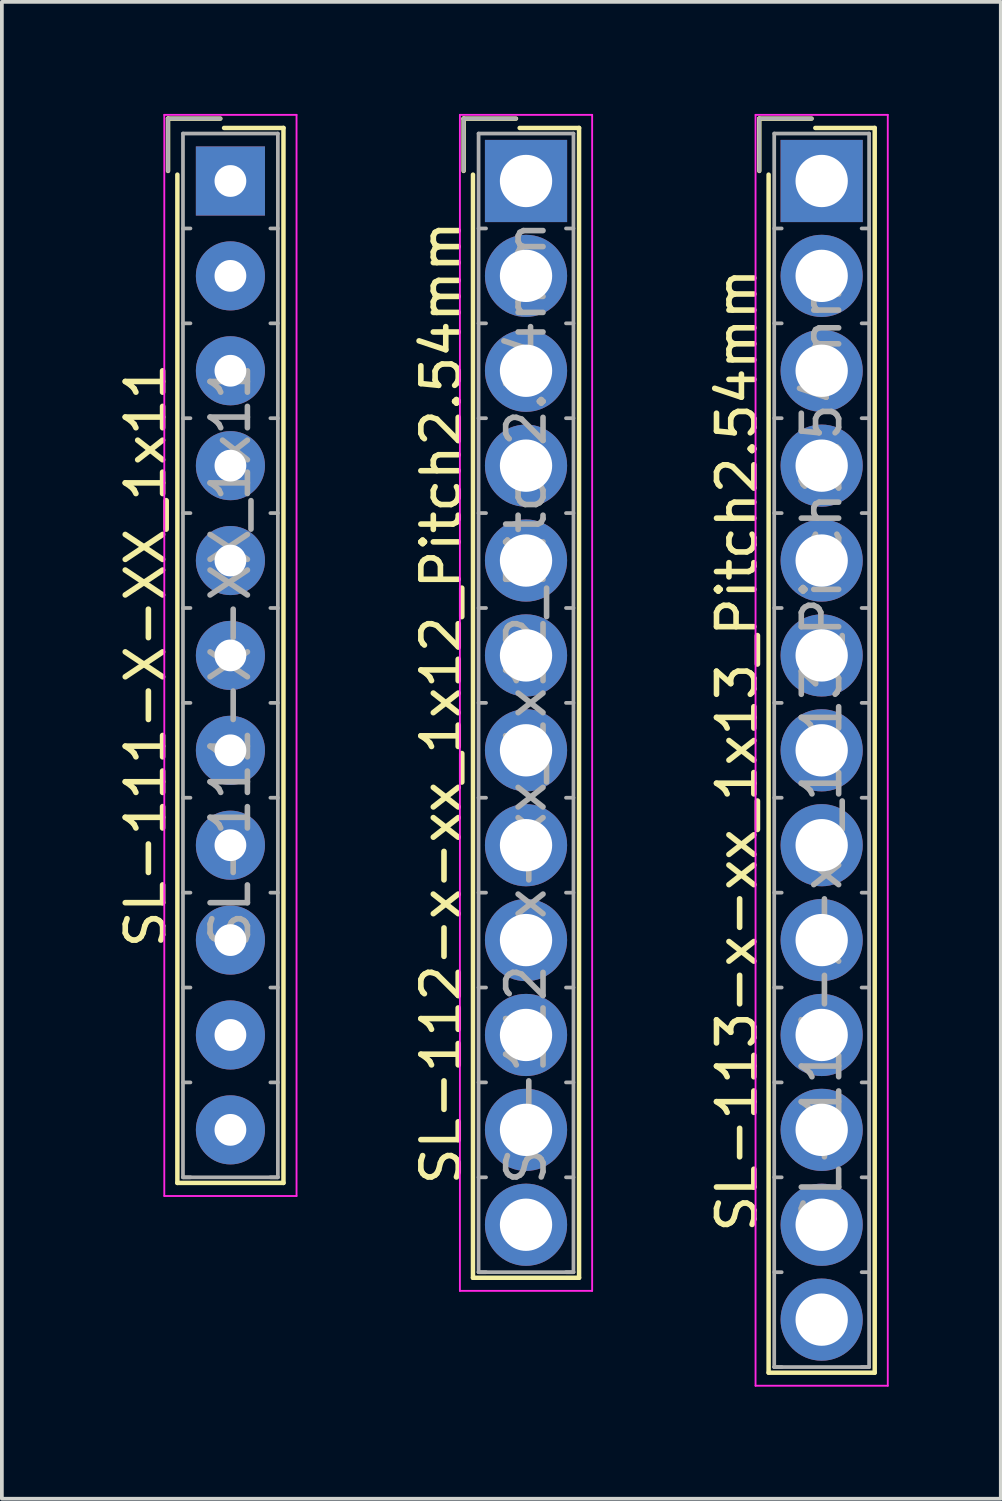
<source format=kicad_pcb>
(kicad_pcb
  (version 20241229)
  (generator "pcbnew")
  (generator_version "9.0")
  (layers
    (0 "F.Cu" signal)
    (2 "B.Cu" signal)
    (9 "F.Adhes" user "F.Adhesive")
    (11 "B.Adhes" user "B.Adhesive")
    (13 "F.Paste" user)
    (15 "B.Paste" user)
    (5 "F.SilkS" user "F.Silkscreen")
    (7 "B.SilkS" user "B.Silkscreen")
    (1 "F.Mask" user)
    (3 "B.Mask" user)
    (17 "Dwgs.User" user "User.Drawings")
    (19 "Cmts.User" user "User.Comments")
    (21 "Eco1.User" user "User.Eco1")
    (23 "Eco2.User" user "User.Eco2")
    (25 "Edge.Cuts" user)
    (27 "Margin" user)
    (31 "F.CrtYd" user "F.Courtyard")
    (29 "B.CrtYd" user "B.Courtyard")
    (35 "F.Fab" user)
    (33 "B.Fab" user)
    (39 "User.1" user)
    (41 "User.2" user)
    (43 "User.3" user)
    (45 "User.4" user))
  (footprint "SL-113-x-xx_1x13_Pitch2.54mm"
    (layer "F.Cu")
    (at 18.945 1.795)
    (property "Reference" "SL-113-x-xx_1x13_Pitch2.54mm" (at -2.27 15.24 90) (layer "F.SilkS") (effects (font (size 1 1) (thickness 0.15))))
    (attr through_hole)
    (fp_line (start -1.67 -1.67) (end -1.67 -0.27) (stroke (width 0.12) (type solid)) (layer "F.SilkS"))
    (fp_line (start -1.42 31.9) (end -1.42 -0.17) (stroke (width 0.12) (type solid)) (layer "F.SilkS"))
    (fp_line (start -0.27 -1.67) (end -1.67 -1.67) (stroke (width 0.12) (type solid)) (layer "F.SilkS"))
    (fp_line (start -0.17 -1.42) (end 1.42 -1.42) (stroke (width 0.12) (type solid)) (layer "F.SilkS"))
    (fp_line (start 1.42 -1.42) (end 1.42 31.9) (stroke (width 0.12) (type solid)) (layer "F.SilkS"))
    (fp_line (start 1.42 31.9) (end -1.42 31.9) (stroke (width 0.12) (type solid)) (layer "F.SilkS"))
    (fp_line (start -1.77 -1.77) (end -1.77 32.25) (stroke (width 0.05) (type solid)) (layer "F.CrtYd"))
    (fp_line (start -1.77 32.25) (end 1.77 32.25) (stroke (width 0.05) (type solid)) (layer "F.CrtYd"))
    (fp_line (start 1.77 -1.77) (end -1.77 -1.77) (stroke (width 0.05) (type solid)) (layer "F.CrtYd"))
    (fp_line (start 1.77 32.25) (end 1.77 -1.77) (stroke (width 0.05) (type solid)) (layer "F.CrtYd"))
    (fp_line (start -1.67 -1.67) (end -1.67 -0.27) (stroke (width 0.1) (type solid)) (layer "F.Fab"))
    (fp_line (start -1.27 -1.27) (end -1.27 31.75) (stroke (width 0.1) (type solid)) (layer "F.Fab"))
    (fp_line (start -1.27 1.27) (end -1.07 1.27) (stroke (width 0.1) (type solid)) (layer "F.Fab"))
    (fp_line (start -1.27 3.81) (end -1.07 3.81) (stroke (width 0.1) (type solid)) (layer "F.Fab"))
    (fp_line (start -1.27 6.35) (end -1.07 6.35) (stroke (width 0.1) (type solid)) (layer "F.Fab"))
    (fp_line (start -1.27 8.89) (end -1.07 8.89) (stroke (width 0.1) (type solid)) (layer "F.Fab"))
    (fp_line (start -1.27 11.43) (end -1.07 11.43) (stroke (width 0.1) (type solid)) (layer "F.Fab"))
    (fp_line (start -1.27 13.97) (end -1.07 13.97) (stroke (width 0.1) (type solid)) (layer "F.Fab"))
    (fp_line (start -1.27 16.51) (end -1.07 16.51) (stroke (width 0.1) (type solid)) (layer "F.Fab"))
    (fp_line (start -1.27 19.05) (end -1.07 19.05) (stroke (width 0.1) (type solid)) (layer "F.Fab"))
    (fp_line (start -1.27 21.59) (end -1.07 21.59) (stroke (width 0.1) (type solid)) (layer "F.Fab"))
    (fp_line (start -1.27 24.13) (end -1.07 24.13) (stroke (width 0.1) (type solid)) (layer "F.Fab"))
    (fp_line (start -1.27 26.67) (end -1.07 26.67) (stroke (width 0.1) (type solid)) (layer "F.Fab"))
    (fp_line (start -1.27 29.21) (end -1.07 29.21) (stroke (width 0.1) (type solid)) (layer "F.Fab"))
    (fp_line (start -1.27 31.75) (end -1.07 31.75) (stroke (width 0.1) (type solid)) (layer "F.Fab"))
    (fp_line (start -1.27 31.75) (end 1.27 31.75) (stroke (width 0.1) (type solid)) (layer "F.Fab"))
    (fp_line (start -0.27 -1.67) (end -1.67 -1.67) (stroke (width 0.1) (type solid)) (layer "F.Fab"))
    (fp_line (start 1.27 -1.27) (end -1.27 -1.27) (stroke (width 0.1) (type solid)) (layer "F.Fab"))
    (fp_line (start 1.27 1.27) (end 1.07 1.27) (stroke (width 0.1) (type solid)) (layer "F.Fab"))
    (fp_line (start 1.27 3.81) (end 1.07 3.81) (stroke (width 0.1) (type solid)) (layer "F.Fab"))
    (fp_line (start 1.27 6.35) (end 1.07 6.35) (stroke (width 0.1) (type solid)) (layer "F.Fab"))
    (fp_line (start 1.27 8.89) (end 1.07 8.89) (stroke (width 0.1) (type solid)) (layer "F.Fab"))
    (fp_line (start 1.27 11.43) (end 1.07 11.43) (stroke (width 0.1) (type solid)) (layer "F.Fab"))
    (fp_line (start 1.27 13.97) (end 1.07 13.97) (stroke (width 0.1) (type solid)) (layer "F.Fab"))
    (fp_line (start 1.27 16.51) (end 1.07 16.51) (stroke (width 0.1) (type solid)) (layer "F.Fab"))
    (fp_line (start 1.27 19.05) (end 1.07 19.05) (stroke (width 0.1) (type solid)) (layer "F.Fab"))
    (fp_line (start 1.27 21.59) (end 1.07 21.59) (stroke (width 0.1) (type solid)) (layer "F.Fab"))
    (fp_line (start 1.27 24.13) (end 1.07 24.13) (stroke (width 0.1) (type solid)) (layer "F.Fab"))
    (fp_line (start 1.27 26.67) (end 1.07 26.67) (stroke (width 0.1) (type solid)) (layer "F.Fab"))
    (fp_line (start 1.27 29.21) (end 1.07 29.21) (stroke (width 0.1) (type solid)) (layer "F.Fab"))
    (fp_line (start 1.27 31.75) (end 1.07 31.75) (stroke (width 0.1) (type solid)) (layer "F.Fab"))
    (fp_line (start 1.27 31.75) (end 1.27 -1.27) (stroke (width 0.1) (type solid)) (layer "F.Fab"))
    (fp_text user "${REFERENCE}" (at 0 15.24 90) (layer "F.Fab") (effects (font (size 1 1) (thickness 0.15))))
    (pad "1" thru_hole rect (at 0 0) (size 2.2 2.2) (drill 1.4) (layers "*.Cu" "*.Mask"))
    (pad "2" thru_hole circle (at 0 2.54) (size 2.2 2.2) (drill 1.4) (layers "*.Cu" "*.Mask"))
    (pad "3" thru_hole circle (at 0 5.08) (size 2.2 2.2) (drill 1.4) (layers "*.Cu" "*.Mask"))
    (pad "4" thru_hole circle (at 0 7.62) (size 2.2 2.2) (drill 1.4) (layers "*.Cu" "*.Mask"))
    (pad "5" thru_hole circle (at 0 10.16) (size 2.2 2.2) (drill 1.4) (layers "*.Cu" "*.Mask"))
    (pad "6" thru_hole circle (at 0 12.7) (size 2.2 2.2) (drill 1.4) (layers "*.Cu" "*.Mask"))
    (pad "7" thru_hole circle (at 0 15.24) (size 2.2 2.2) (drill 1.4) (layers "*.Cu" "*.Mask"))
    (pad "8" thru_hole circle (at 0 17.78) (size 2.2 2.2) (drill 1.4) (layers "*.Cu" "*.Mask"))
    (pad "9" thru_hole circle (at 0 20.32) (size 2.2 2.2) (drill 1.4) (layers "*.Cu" "*.Mask"))
    (pad "10" thru_hole circle (at 0 22.86) (size 2.2 2.2) (drill 1.4) (layers "*.Cu" "*.Mask"))
    (pad "11" thru_hole circle (at 0 25.4) (size 2.2 2.2) (drill 1.4) (layers "*.Cu" "*.Mask"))
    (pad "12" thru_hole circle (at 0 27.94) (size 2.2 2.2) (drill 1.4) (layers "*.Cu" "*.Mask"))
    (pad "13" thru_hole circle (at 0 30.48) (size 2.2 2.2) (drill 1.4) (layers "*.Cu" "*.Mask")))
  (footprint "SL-111-X-XX_1x11"
    (layer "F.Cu")
    (at 3.118 1.795)
    (property "Reference" "SL-111-X-XX_1x11" (at -2.27 12.7 90) (layer "F.SilkS") (effects (font (size 1 1) (thickness 0.15))))
    (attr through_hole)
    (fp_line (start -1.67 -1.67) (end -1.67 -0.27) (stroke (width 0.12) (type solid)) (layer "F.SilkS"))
    (fp_line (start -1.42 26.82) (end -1.42 -0.17) (stroke (width 0.12) (type solid)) (layer "F.SilkS"))
    (fp_line (start -0.27 -1.67) (end -1.67 -1.67) (stroke (width 0.12) (type solid)) (layer "F.SilkS"))
    (fp_line (start -0.17 -1.42) (end 1.42 -1.42) (stroke (width 0.12) (type solid)) (layer "F.SilkS"))
    (fp_line (start 1.42 -1.42) (end 1.42 26.82) (stroke (width 0.12) (type solid)) (layer "F.SilkS"))
    (fp_line (start 1.42 26.82) (end -1.42 26.82) (stroke (width 0.12) (type solid)) (layer "F.SilkS"))
    (fp_line (start -1.77 -1.77) (end -1.77 27.17) (stroke (width 0.05) (type solid)) (layer "F.CrtYd"))
    (fp_line (start -1.77 27.17) (end 1.77 27.17) (stroke (width 0.05) (type solid)) (layer "F.CrtYd"))
    (fp_line (start 1.77 -1.77) (end -1.77 -1.77) (stroke (width 0.05) (type solid)) (layer "F.CrtYd"))
    (fp_line (start 1.77 27.17) (end 1.77 -1.77) (stroke (width 0.05) (type solid)) (layer "F.CrtYd"))
    (fp_line (start -1.67 -1.67) (end -1.67 -0.27) (stroke (width 0.1) (type solid)) (layer "F.Fab"))
    (fp_line (start -1.27 -1.27) (end -1.27 26.67) (stroke (width 0.1) (type solid)) (layer "F.Fab"))
    (fp_line (start -1.27 1.27) (end -1.07 1.27) (stroke (width 0.1) (type solid)) (layer "F.Fab"))
    (fp_line (start -1.27 3.81) (end -1.07 3.81) (stroke (width 0.1) (type solid)) (layer "F.Fab"))
    (fp_line (start -1.27 6.35) (end -1.07 6.35) (stroke (width 0.1) (type solid)) (layer "F.Fab"))
    (fp_line (start -1.27 8.89) (end -1.07 8.89) (stroke (width 0.1) (type solid)) (layer "F.Fab"))
    (fp_line (start -1.27 11.43) (end -1.07 11.43) (stroke (width 0.1) (type solid)) (layer "F.Fab"))
    (fp_line (start -1.27 13.97) (end -1.07 13.97) (stroke (width 0.1) (type solid)) (layer "F.Fab"))
    (fp_line (start -1.27 16.51) (end -1.07 16.51) (stroke (width 0.1) (type solid)) (layer "F.Fab"))
    (fp_line (start -1.27 19.05) (end -1.07 19.05) (stroke (width 0.1) (type solid)) (layer "F.Fab"))
    (fp_line (start -1.27 21.59) (end -1.07 21.59) (stroke (width 0.1) (type solid)) (layer "F.Fab"))
    (fp_line (start -1.27 24.13) (end -1.07 24.13) (stroke (width 0.1) (type solid)) (layer "F.Fab"))
    (fp_line (start -1.27 26.67) (end -1.07 26.67) (stroke (width 0.1) (type solid)) (layer "F.Fab"))
    (fp_line (start -1.27 26.67) (end 1.27 26.67) (stroke (width 0.1) (type solid)) (layer "F.Fab"))
    (fp_line (start -0.27 -1.67) (end -1.67 -1.67) (stroke (width 0.1) (type solid)) (layer "F.Fab"))
    (fp_line (start 1.27 -1.27) (end -1.27 -1.27) (stroke (width 0.1) (type solid)) (layer "F.Fab"))
    (fp_line (start 1.27 1.27) (end 1.07 1.27) (stroke (width 0.1) (type solid)) (layer "F.Fab"))
    (fp_line (start 1.27 3.81) (end 1.07 3.81) (stroke (width 0.1) (type solid)) (layer "F.Fab"))
    (fp_line (start 1.27 6.35) (end 1.07 6.35) (stroke (width 0.1) (type solid)) (layer "F.Fab"))
    (fp_line (start 1.27 8.89) (end 1.07 8.89) (stroke (width 0.1) (type solid)) (layer "F.Fab"))
    (fp_line (start 1.27 11.43) (end 1.07 11.43) (stroke (width 0.1) (type solid)) (layer "F.Fab"))
    (fp_line (start 1.27 13.97) (end 1.07 13.97) (stroke (width 0.1) (type solid)) (layer "F.Fab"))
    (fp_line (start 1.27 16.51) (end 1.07 16.51) (stroke (width 0.1) (type solid)) (layer "F.Fab"))
    (fp_line (start 1.27 19.05) (end 1.07 19.05) (stroke (width 0.1) (type solid)) (layer "F.Fab"))
    (fp_line (start 1.27 21.59) (end 1.07 21.59) (stroke (width 0.1) (type solid)) (layer "F.Fab"))
    (fp_line (start 1.27 24.13) (end 1.07 24.13) (stroke (width 0.1) (type solid)) (layer "F.Fab"))
    (fp_line (start 1.27 26.67) (end 1.07 26.67) (stroke (width 0.1) (type solid)) (layer "F.Fab"))
    (fp_line (start 1.27 26.67) (end 1.27 -1.27) (stroke (width 0.1) (type solid)) (layer "F.Fab"))
    (fp_text user "${REFERENCE}" (at 0 12.7 90) (layer "F.Fab") (effects (font (size 1 1) (thickness 0.15))))
    (pad "1" thru_hole rect (at 0 0) (size 1.85 1.85) (drill 0.85) (layers "*.Cu" "*.Mask"))
    (pad "2" thru_hole circle (at 0 2.54) (size 1.85 1.85) (drill 0.85) (layers "*.Cu" "*.Mask"))
    (pad "3" thru_hole circle (at 0 5.08) (size 1.85 1.85) (drill 0.85) (layers "*.Cu" "*.Mask"))
    (pad "4" thru_hole circle (at 0 7.62) (size 1.85 1.85) (drill 0.85) (layers "*.Cu" "*.Mask"))
    (pad "5" thru_hole circle (at 0 10.16) (size 1.85 1.85) (drill 0.85) (layers "*.Cu" "*.Mask"))
    (pad "6" thru_hole circle (at 0 12.7) (size 1.85 1.85) (drill 0.85) (layers "*.Cu" "*.Mask"))
    (pad "7" thru_hole circle (at 0 15.24) (size 1.85 1.85) (drill 0.85) (layers "*.Cu" "*.Mask"))
    (pad "8" thru_hole circle (at 0 17.78) (size 1.85 1.85) (drill 0.85) (layers "*.Cu" "*.Mask"))
    (pad "9" thru_hole circle (at 0 20.32) (size 1.85 1.85) (drill 0.85) (layers "*.Cu" "*.Mask"))
    (pad "10" thru_hole circle (at 0 22.86) (size 1.85 1.85) (drill 0.85) (layers "*.Cu" "*.Mask"))
    (pad "11" thru_hole circle (at 0 25.4) (size 1.85 1.85) (drill 0.85) (layers "*.Cu" "*.Mask")))
  (footprint "SL-112-x-xx_1x12_Pitch2.54mm"
    (layer "F.Cu")
    (at 11.031 1.795)
    (property "Reference" "SL-112-x-xx_1x12_Pitch2.54mm" (at -2.27 13.97 90) (layer "F.SilkS") (effects (font (size 1 1) (thickness 0.15))))
    (attr through_hole)
    (fp_line (start -1.67 -1.67) (end -1.67 -0.27) (stroke (width 0.12) (type solid)) (layer "F.SilkS"))
    (fp_line (start -1.42 29.36) (end -1.42 -0.17) (stroke (width 0.12) (type solid)) (layer "F.SilkS"))
    (fp_line (start -0.27 -1.67) (end -1.67 -1.67) (stroke (width 0.12) (type solid)) (layer "F.SilkS"))
    (fp_line (start -0.17 -1.42) (end 1.42 -1.42) (stroke (width 0.12) (type solid)) (layer "F.SilkS"))
    (fp_line (start 1.42 -1.42) (end 1.42 29.36) (stroke (width 0.12) (type solid)) (layer "F.SilkS"))
    (fp_line (start 1.42 29.36) (end -1.42 29.36) (stroke (width 0.12) (type solid)) (layer "F.SilkS"))
    (fp_line (start -1.77 -1.77) (end -1.77 29.71) (stroke (width 0.05) (type solid)) (layer "F.CrtYd"))
    (fp_line (start -1.77 29.71) (end 1.77 29.71) (stroke (width 0.05) (type solid)) (layer "F.CrtYd"))
    (fp_line (start 1.77 -1.77) (end -1.77 -1.77) (stroke (width 0.05) (type solid)) (layer "F.CrtYd"))
    (fp_line (start 1.77 29.71) (end 1.77 -1.77) (stroke (width 0.05) (type solid)) (layer "F.CrtYd"))
    (fp_line (start -1.67 -1.67) (end -1.67 -0.27) (stroke (width 0.1) (type solid)) (layer "F.Fab"))
    (fp_line (start -1.27 -1.27) (end -1.27 29.21) (stroke (width 0.1) (type solid)) (layer "F.Fab"))
    (fp_line (start -1.27 1.27) (end -1.07 1.27) (stroke (width 0.1) (type solid)) (layer "F.Fab"))
    (fp_line (start -1.27 3.81) (end -1.07 3.81) (stroke (width 0.1) (type solid)) (layer "F.Fab"))
    (fp_line (start -1.27 6.35) (end -1.07 6.35) (stroke (width 0.1) (type solid)) (layer "F.Fab"))
    (fp_line (start -1.27 8.89) (end -1.07 8.89) (stroke (width 0.1) (type solid)) (layer "F.Fab"))
    (fp_line (start -1.27 11.43) (end -1.07 11.43) (stroke (width 0.1) (type solid)) (layer "F.Fab"))
    (fp_line (start -1.27 13.97) (end -1.07 13.97) (stroke (width 0.1) (type solid)) (layer "F.Fab"))
    (fp_line (start -1.27 16.51) (end -1.07 16.51) (stroke (width 0.1) (type solid)) (layer "F.Fab"))
    (fp_line (start -1.27 19.05) (end -1.07 19.05) (stroke (width 0.1) (type solid)) (layer "F.Fab"))
    (fp_line (start -1.27 21.59) (end -1.07 21.59) (stroke (width 0.1) (type solid)) (layer "F.Fab"))
    (fp_line (start -1.27 24.13) (end -1.07 24.13) (stroke (width 0.1) (type solid)) (layer "F.Fab"))
    (fp_line (start -1.27 26.67) (end -1.07 26.67) (stroke (width 0.1) (type solid)) (layer "F.Fab"))
    (fp_line (start -1.27 29.21) (end -1.07 29.21) (stroke (width 0.1) (type solid)) (layer "F.Fab"))
    (fp_line (start -1.27 29.21) (end 1.27 29.21) (stroke (width 0.1) (type solid)) (layer "F.Fab"))
    (fp_line (start -0.27 -1.67) (end -1.67 -1.67) (stroke (width 0.1) (type solid)) (layer "F.Fab"))
    (fp_line (start 1.27 -1.27) (end -1.27 -1.27) (stroke (width 0.1) (type solid)) (layer "F.Fab"))
    (fp_line (start 1.27 1.27) (end 1.07 1.27) (stroke (width 0.1) (type solid)) (layer "F.Fab"))
    (fp_line (start 1.27 3.81) (end 1.07 3.81) (stroke (width 0.1) (type solid)) (layer "F.Fab"))
    (fp_line (start 1.27 6.35) (end 1.07 6.35) (stroke (width 0.1) (type solid)) (layer "F.Fab"))
    (fp_line (start 1.27 8.89) (end 1.07 8.89) (stroke (width 0.1) (type solid)) (layer "F.Fab"))
    (fp_line (start 1.27 11.43) (end 1.07 11.43) (stroke (width 0.1) (type solid)) (layer "F.Fab"))
    (fp_line (start 1.27 13.97) (end 1.07 13.97) (stroke (width 0.1) (type solid)) (layer "F.Fab"))
    (fp_line (start 1.27 16.51) (end 1.07 16.51) (stroke (width 0.1) (type solid)) (layer "F.Fab"))
    (fp_line (start 1.27 19.05) (end 1.07 19.05) (stroke (width 0.1) (type solid)) (layer "F.Fab"))
    (fp_line (start 1.27 21.59) (end 1.07 21.59) (stroke (width 0.1) (type solid)) (layer "F.Fab"))
    (fp_line (start 1.27 24.13) (end 1.07 24.13) (stroke (width 0.1) (type solid)) (layer "F.Fab"))
    (fp_line (start 1.27 26.67) (end 1.07 26.67) (stroke (width 0.1) (type solid)) (layer "F.Fab"))
    (fp_line (start 1.27 29.21) (end 1.07 29.21) (stroke (width 0.1) (type solid)) (layer "F.Fab"))
    (fp_line (start 1.27 29.21) (end 1.27 -1.27) (stroke (width 0.1) (type solid)) (layer "F.Fab"))
    (fp_text user "${REFERENCE}" (at 0 13.97 90) (layer "F.Fab") (effects (font (size 1 1) (thickness 0.15))))
    (pad "1" thru_hole rect (at 0 0) (size 2.2 2.2) (drill 1.4) (layers "*.Cu" "*.Mask"))
    (pad "2" thru_hole circle (at 0 2.54) (size 2.2 2.2) (drill 1.4) (layers "*.Cu" "*.Mask"))
    (pad "3" thru_hole circle (at 0 5.08) (size 2.2 2.2) (drill 1.4) (layers "*.Cu" "*.Mask"))
    (pad "4" thru_hole circle (at 0 7.62) (size 2.2 2.2) (drill 1.4) (layers "*.Cu" "*.Mask"))
    (pad "5" thru_hole circle (at 0 10.16) (size 2.2 2.2) (drill 1.4) (layers "*.Cu" "*.Mask"))
    (pad "6" thru_hole circle (at 0 12.7) (size 2.2 2.2) (drill 1.4) (layers "*.Cu" "*.Mask"))
    (pad "7" thru_hole circle (at 0 15.24) (size 2.2 2.2) (drill 1.4) (layers "*.Cu" "*.Mask"))
    (pad "8" thru_hole circle (at 0 17.78) (size 2.2 2.2) (drill 1.4) (layers "*.Cu" "*.Mask"))
    (pad "9" thru_hole circle (at 0 20.32) (size 2.2 2.2) (drill 1.4) (layers "*.Cu" "*.Mask"))
    (pad "10" thru_hole circle (at 0 22.86) (size 2.2 2.2) (drill 1.4) (layers "*.Cu" "*.Mask"))
    (pad "11" thru_hole circle (at 0 25.4) (size 2.2 2.2) (drill 1.4) (layers "*.Cu" "*.Mask"))
    (pad "12" thru_hole circle (at 0 27.94) (size 2.2 2.2) (drill 1.4) (layers "*.Cu" "*.Mask")))
  (gr_rect
    (start -3 -3)
    (end 23.74 37.07)
    (stroke (width 0.1) (type default))
    (fill no)
    (layer "Edge.Cuts")))
</source>
